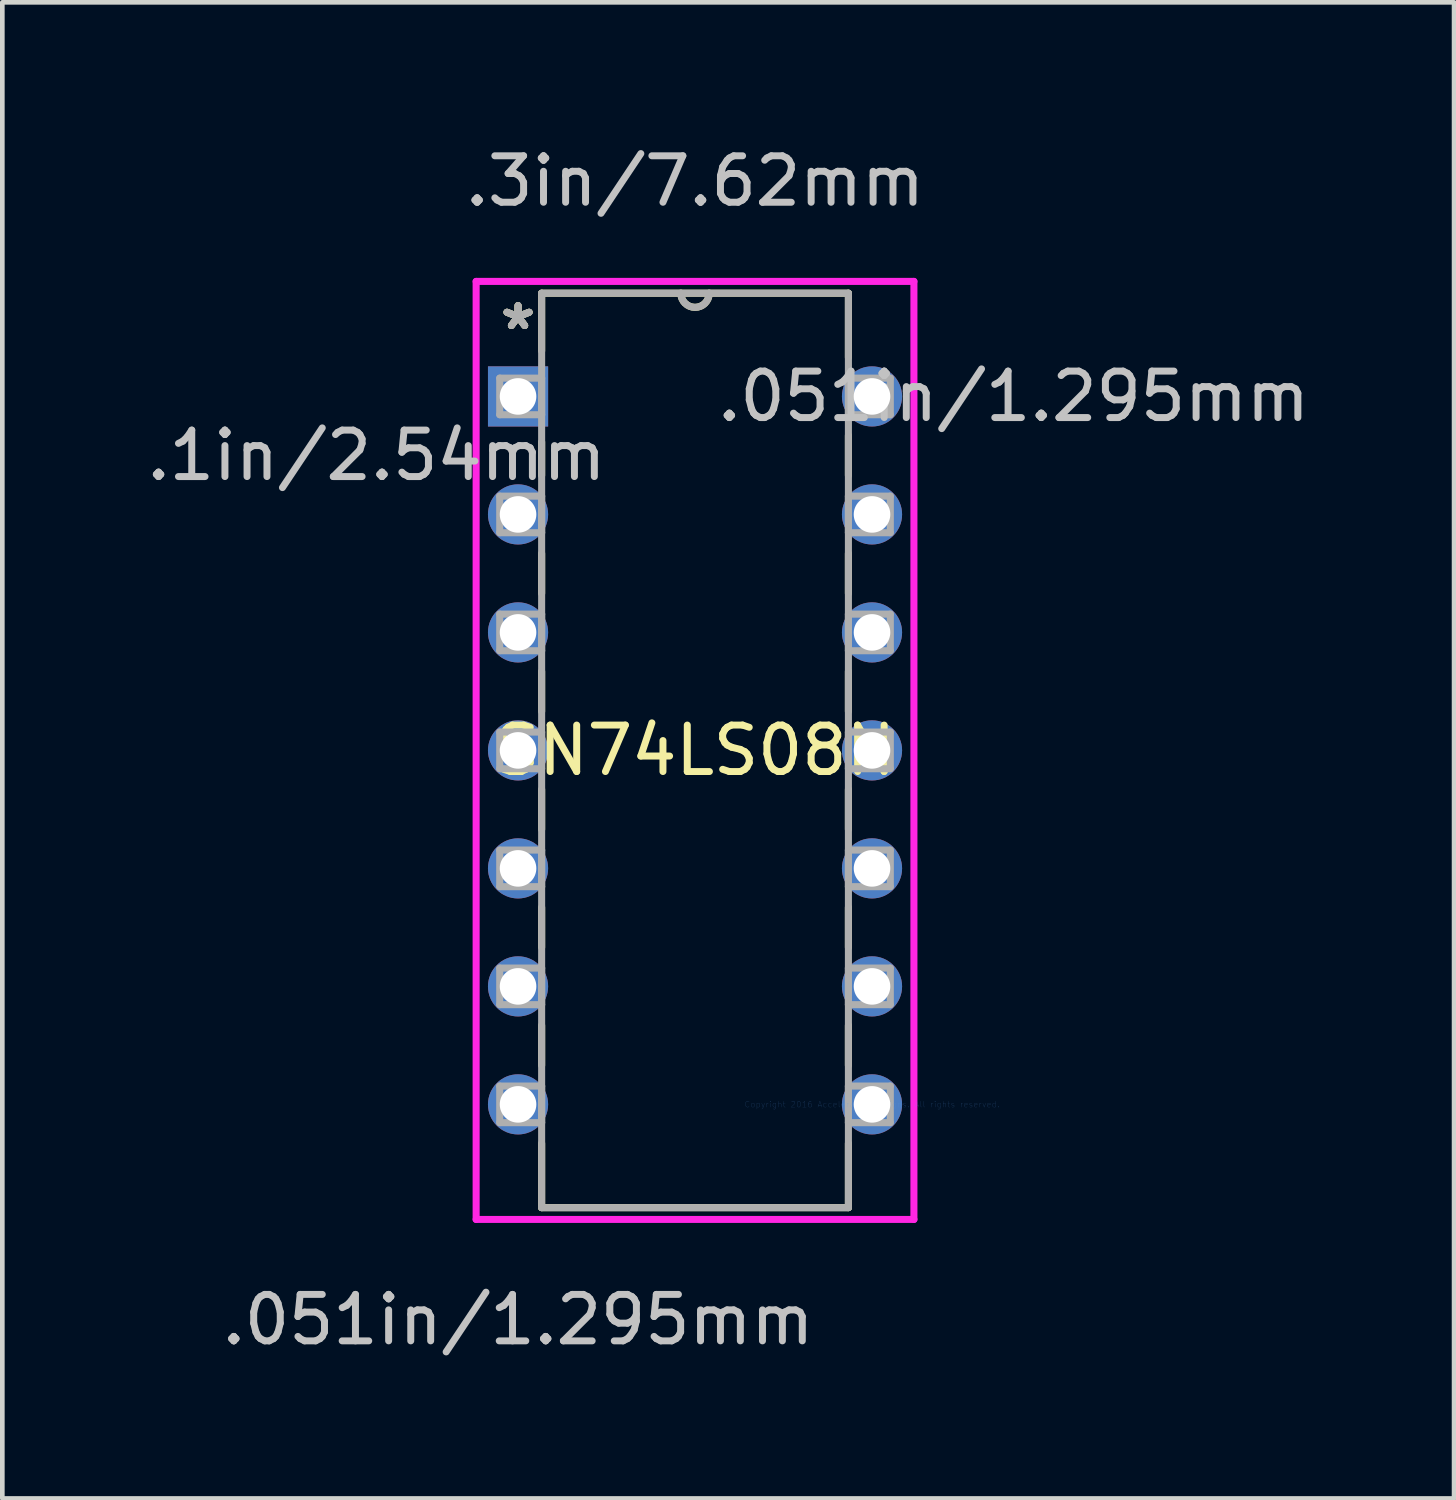
<source format=kicad_pcb>
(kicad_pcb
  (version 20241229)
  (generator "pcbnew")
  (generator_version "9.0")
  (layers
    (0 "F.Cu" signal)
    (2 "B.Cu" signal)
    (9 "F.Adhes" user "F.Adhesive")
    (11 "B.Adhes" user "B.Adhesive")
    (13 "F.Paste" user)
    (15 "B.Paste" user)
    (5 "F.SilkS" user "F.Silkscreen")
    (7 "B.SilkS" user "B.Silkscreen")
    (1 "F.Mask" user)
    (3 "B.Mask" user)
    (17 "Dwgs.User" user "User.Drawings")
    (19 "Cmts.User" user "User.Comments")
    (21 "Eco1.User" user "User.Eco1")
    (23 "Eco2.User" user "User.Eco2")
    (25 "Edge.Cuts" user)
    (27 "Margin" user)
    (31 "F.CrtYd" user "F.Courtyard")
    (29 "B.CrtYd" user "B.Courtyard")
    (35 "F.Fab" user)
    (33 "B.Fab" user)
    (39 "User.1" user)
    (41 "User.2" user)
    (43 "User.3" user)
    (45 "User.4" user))
  (footprint "SN74LS08N"
    (layer "F.Cu")
    (at 15.722 20.724)
    (property "Reference" "SN74LS08N" (at -3.81 -7.62 0) (layer "F.SilkS") (effects (font (size 1 1) (thickness 0.15))))
    (attr through_hole)
    (fp_line (start -7.112 -17.462) (end -7.112 -16.22) (stroke (width 0.152) (type solid)) (layer "F.SilkS"))
    (fp_line (start -7.112 -14.26) (end -7.112 -13.539) (stroke (width 0.152) (type solid)) (layer "F.SilkS"))
    (fp_line (start -7.112 -11.861) (end -7.112 -10.999) (stroke (width 0.152) (type solid)) (layer "F.SilkS"))
    (fp_line (start -7.112 -9.321) (end -7.112 -8.459) (stroke (width 0.152) (type solid)) (layer "F.SilkS"))
    (fp_line (start -7.112 -6.781) (end -7.112 -5.919) (stroke (width 0.152) (type solid)) (layer "F.SilkS"))
    (fp_line (start -7.112 -4.241) (end -7.112 -3.379) (stroke (width 0.152) (type solid)) (layer "F.SilkS"))
    (fp_line (start -7.112 -1.701) (end -7.112 -0.839) (stroke (width 0.152) (type solid)) (layer "F.SilkS"))
    (fp_line (start -7.112 0.839) (end -7.112 2.223) (stroke (width 0.152) (type solid)) (layer "F.SilkS"))
    (fp_line (start -7.112 2.223) (end -0.508 2.223) (stroke (width 0.152) (type solid)) (layer "F.SilkS"))
    (fp_line (start -0.508 -17.462) (end -7.112 -17.462) (stroke (width 0.152) (type solid)) (layer "F.SilkS"))
    (fp_line (start -0.508 -16.079) (end -0.508 -17.462) (stroke (width 0.152) (type solid)) (layer "F.SilkS"))
    (fp_line (start -0.508 -13.539) (end -0.508 -14.401) (stroke (width 0.152) (type solid)) (layer "F.SilkS"))
    (fp_line (start -0.508 -10.999) (end -0.508 -11.861) (stroke (width 0.152) (type solid)) (layer "F.SilkS"))
    (fp_line (start -0.508 -8.459) (end -0.508 -9.321) (stroke (width 0.152) (type solid)) (layer "F.SilkS"))
    (fp_line (start -0.508 -5.919) (end -0.508 -6.781) (stroke (width 0.152) (type solid)) (layer "F.SilkS"))
    (fp_line (start -0.508 -3.379) (end -0.508 -4.241) (stroke (width 0.152) (type solid)) (layer "F.SilkS"))
    (fp_line (start -0.508 -0.839) (end -0.508 -1.701) (stroke (width 0.152) (type solid)) (layer "F.SilkS"))
    (fp_line (start -0.508 2.223) (end -0.508 0.839) (stroke (width 0.152) (type solid)) (layer "F.SilkS"))
    (fp_arc (start -3.5052 -17.4625) (mid -3.81 -17.1577) (end -4.1148 -17.4625) (stroke (width 0.1524) (type solid)) (layer "F.SilkS"))
    (fp_line (start -8.522 -17.716) (end 0.902 -17.716) (stroke (width 0.152) (type solid)) (layer "F.CrtYd"))
    (fp_line (start -8.522 2.477) (end -8.522 -17.716) (stroke (width 0.152) (type solid)) (layer "F.CrtYd"))
    (fp_line (start 0.902 -17.716) (end 0.902 2.477) (stroke (width 0.152) (type solid)) (layer "F.CrtYd"))
    (fp_line (start 0.902 2.477) (end -8.522 2.477) (stroke (width 0.152) (type solid)) (layer "F.CrtYd"))
    (fp_line (start -8.014 -15.634) (end -8.014 -14.846) (stroke (width 0.152) (type solid)) (layer "F.Fab"))
    (fp_line (start -8.014 -14.846) (end -7.112 -14.846) (stroke (width 0.152) (type solid)) (layer "F.Fab"))
    (fp_line (start -8.014 -13.094) (end -8.014 -12.306) (stroke (width 0.152) (type solid)) (layer "F.Fab"))
    (fp_line (start -8.014 -12.306) (end -7.112 -12.306) (stroke (width 0.152) (type solid)) (layer "F.Fab"))
    (fp_line (start -8.014 -10.554) (end -8.014 -9.766) (stroke (width 0.152) (type solid)) (layer "F.Fab"))
    (fp_line (start -8.014 -9.766) (end -7.112 -9.766) (stroke (width 0.152) (type solid)) (layer "F.Fab"))
    (fp_line (start -8.014 -8.014) (end -8.014 -7.226) (stroke (width 0.152) (type solid)) (layer "F.Fab"))
    (fp_line (start -8.014 -7.226) (end -7.112 -7.226) (stroke (width 0.152) (type solid)) (layer "F.Fab"))
    (fp_line (start -8.014 -5.474) (end -8.014 -4.686) (stroke (width 0.152) (type solid)) (layer "F.Fab"))
    (fp_line (start -8.014 -4.686) (end -7.112 -4.686) (stroke (width 0.152) (type solid)) (layer "F.Fab"))
    (fp_line (start -8.014 -2.934) (end -8.014 -2.146) (stroke (width 0.152) (type solid)) (layer "F.Fab"))
    (fp_line (start -8.014 -2.146) (end -7.112 -2.146) (stroke (width 0.152) (type solid)) (layer "F.Fab"))
    (fp_line (start -8.014 -0.394) (end -8.014 0.394) (stroke (width 0.152) (type solid)) (layer "F.Fab"))
    (fp_line (start -8.014 0.394) (end -7.112 0.394) (stroke (width 0.152) (type solid)) (layer "F.Fab"))
    (fp_line (start -7.112 -17.462) (end -7.112 2.223) (stroke (width 0.152) (type solid)) (layer "F.Fab"))
    (fp_line (start -7.112 -15.634) (end -8.014 -15.634) (stroke (width 0.152) (type solid)) (layer "F.Fab"))
    (fp_line (start -7.112 -14.846) (end -7.112 -15.634) (stroke (width 0.152) (type solid)) (layer "F.Fab"))
    (fp_line (start -7.112 -13.094) (end -8.014 -13.094) (stroke (width 0.152) (type solid)) (layer "F.Fab"))
    (fp_line (start -7.112 -12.306) (end -7.112 -13.094) (stroke (width 0.152) (type solid)) (layer "F.Fab"))
    (fp_line (start -7.112 -10.554) (end -8.014 -10.554) (stroke (width 0.152) (type solid)) (layer "F.Fab"))
    (fp_line (start -7.112 -9.766) (end -7.112 -10.554) (stroke (width 0.152) (type solid)) (layer "F.Fab"))
    (fp_line (start -7.112 -8.014) (end -8.014 -8.014) (stroke (width 0.152) (type solid)) (layer "F.Fab"))
    (fp_line (start -7.112 -7.226) (end -7.112 -8.014) (stroke (width 0.152) (type solid)) (layer "F.Fab"))
    (fp_line (start -7.112 -5.474) (end -8.014 -5.474) (stroke (width 0.152) (type solid)) (layer "F.Fab"))
    (fp_line (start -7.112 -4.686) (end -7.112 -5.474) (stroke (width 0.152) (type solid)) (layer "F.Fab"))
    (fp_line (start -7.112 -2.934) (end -8.014 -2.934) (stroke (width 0.152) (type solid)) (layer "F.Fab"))
    (fp_line (start -7.112 -2.146) (end -7.112 -2.934) (stroke (width 0.152) (type solid)) (layer "F.Fab"))
    (fp_line (start -7.112 -0.394) (end -8.014 -0.394) (stroke (width 0.152) (type solid)) (layer "F.Fab"))
    (fp_line (start -7.112 0.394) (end -7.112 -0.394) (stroke (width 0.152) (type solid)) (layer "F.Fab"))
    (fp_line (start -7.112 2.223) (end -0.508 2.223) (stroke (width 0.152) (type solid)) (layer "F.Fab"))
    (fp_line (start -0.508 -17.462) (end -7.112 -17.462) (stroke (width 0.152) (type solid)) (layer "F.Fab"))
    (fp_line (start -0.508 -15.634) (end -0.508 -14.846) (stroke (width 0.152) (type solid)) (layer "F.Fab"))
    (fp_line (start -0.508 -14.846) (end 0.394 -14.846) (stroke (width 0.152) (type solid)) (layer "F.Fab"))
    (fp_line (start -0.508 -13.094) (end -0.508 -12.306) (stroke (width 0.152) (type solid)) (layer "F.Fab"))
    (fp_line (start -0.508 -12.306) (end 0.394 -12.306) (stroke (width 0.152) (type solid)) (layer "F.Fab"))
    (fp_line (start -0.508 -10.554) (end -0.508 -9.766) (stroke (width 0.152) (type solid)) (layer "F.Fab"))
    (fp_line (start -0.508 -9.766) (end 0.394 -9.766) (stroke (width 0.152) (type solid)) (layer "F.Fab"))
    (fp_line (start -0.508 -8.014) (end -0.508 -7.226) (stroke (width 0.152) (type solid)) (layer "F.Fab"))
    (fp_line (start -0.508 -7.226) (end 0.394 -7.226) (stroke (width 0.152) (type solid)) (layer "F.Fab"))
    (fp_line (start -0.508 -5.474) (end -0.508 -4.686) (stroke (width 0.152) (type solid)) (layer "F.Fab"))
    (fp_line (start -0.508 -4.686) (end 0.394 -4.686) (stroke (width 0.152) (type solid)) (layer "F.Fab"))
    (fp_line (start -0.508 -2.934) (end -0.508 -2.146) (stroke (width 0.152) (type solid)) (layer "F.Fab"))
    (fp_line (start -0.508 -2.146) (end 0.394 -2.146) (stroke (width 0.152) (type solid)) (layer "F.Fab"))
    (fp_line (start -0.508 -0.394) (end -0.508 0.394) (stroke (width 0.152) (type solid)) (layer "F.Fab"))
    (fp_line (start -0.508 0.394) (end 0.394 0.394) (stroke (width 0.152) (type solid)) (layer "F.Fab"))
    (fp_line (start -0.508 2.223) (end -0.508 -17.462) (stroke (width 0.152) (type solid)) (layer "F.Fab"))
    (fp_line (start 0.394 -15.634) (end -0.508 -15.634) (stroke (width 0.152) (type solid)) (layer "F.Fab"))
    (fp_line (start 0.394 -14.846) (end 0.394 -15.634) (stroke (width 0.152) (type solid)) (layer "F.Fab"))
    (fp_line (start 0.394 -13.094) (end -0.508 -13.094) (stroke (width 0.152) (type solid)) (layer "F.Fab"))
    (fp_line (start 0.394 -12.306) (end 0.394 -13.094) (stroke (width 0.152) (type solid)) (layer "F.Fab"))
    (fp_line (start 0.394 -10.554) (end -0.508 -10.554) (stroke (width 0.152) (type solid)) (layer "F.Fab"))
    (fp_line (start 0.394 -9.766) (end 0.394 -10.554) (stroke (width 0.152) (type solid)) (layer "F.Fab"))
    (fp_line (start 0.394 -8.014) (end -0.508 -8.014) (stroke (width 0.152) (type solid)) (layer "F.Fab"))
    (fp_line (start 0.394 -7.226) (end 0.394 -8.014) (stroke (width 0.152) (type solid)) (layer "F.Fab"))
    (fp_line (start 0.394 -5.474) (end -0.508 -5.474) (stroke (width 0.152) (type solid)) (layer "F.Fab"))
    (fp_line (start 0.394 -4.686) (end 0.394 -5.474) (stroke (width 0.152) (type solid)) (layer "F.Fab"))
    (fp_line (start 0.394 -2.934) (end -0.508 -2.934) (stroke (width 0.152) (type solid)) (layer "F.Fab"))
    (fp_line (start 0.394 -2.146) (end 0.394 -2.934) (stroke (width 0.152) (type solid)) (layer "F.Fab"))
    (fp_line (start 0.394 -0.394) (end -0.508 -0.394) (stroke (width 0.152) (type solid)) (layer "F.Fab"))
    (fp_line (start 0.394 0.394) (end 0.394 -0.394) (stroke (width 0.152) (type solid)) (layer "F.Fab"))
    (fp_arc (start -3.5052 -17.4625) (mid -3.81 -17.1577) (end -4.1148 -17.4625) (stroke (width 0.1524) (type solid)) (layer "F.Fab"))
    (fp_text user "*" (at -7.62 -16.65 0) (layer "F.SilkS") (effects (font (size 1 1) (thickness 0.15))))
    (fp_text user "*" (at -7.62 -16.65 0) (layer "F.SilkS") (effects (font (size 1 1) (thickness 0.15))))
    (fp_text user ".051in/1.295mm" (at 3.048 -15.24 0) (layer "Dwgs.User") (effects (font (size 1 1) (thickness 0.15))))
    (fp_text user ".3in/7.62mm" (at -3.81 -19.875 0) (layer "Dwgs.User") (effects (font (size 1 1) (thickness 0.15))))
    (fp_text user ".1in/2.54mm" (at -10.668 -13.97 0) (layer "Dwgs.User") (effects (font (size 1 1) (thickness 0.15))))
    (fp_text user ".051in/1.295mm" (at -7.62 4.636 0) (layer "Dwgs.User") (effects (font (size 1 1) (thickness 0.15))))
    (fp_text user "Copyright 2016 Accelerated Designs. All rights reserved." (at 0 0 0) (layer "Cmts.User") (effects (font (size 0.127 0.127) (thickness 0.002))))
    (fp_text user "*" (at -7.62 -16.65 0) (layer "F.Fab") (effects (font (size 1 1) (thickness 0.15))))
    (fp_text user "*" (at -7.62 -16.65 0) (layer "F.Fab") (effects (font (size 1 1) (thickness 0.15))))
    (pad "1" thru_hole rect (at -7.62 -15.24) (size 1.295 1.295) (drill 0.787) (layers "*.Cu" "*.Mask"))
    (pad "2" thru_hole circle (at -7.62 -12.7) (size 1.295 1.295) (drill 0.787) (layers "*.Cu" "*.Mask"))
    (pad "3" thru_hole circle (at -7.62 -10.16) (size 1.295 1.295) (drill 0.787) (layers "*.Cu" "*.Mask"))
    (pad "4" thru_hole circle (at -7.62 -7.62) (size 1.295 1.295) (drill 0.787) (layers "*.Cu" "*.Mask"))
    (pad "5" thru_hole circle (at -7.62 -5.08) (size 1.295 1.295) (drill 0.787) (layers "*.Cu" "*.Mask"))
    (pad "6" thru_hole circle (at -7.62 -2.54) (size 1.295 1.295) (drill 0.787) (layers "*.Cu" "*.Mask"))
    (pad "7" thru_hole circle (at -7.62 0) (size 1.295 1.295) (drill 0.787) (layers "*.Cu" "*.Mask"))
    (pad "8" thru_hole circle (at 0 0) (size 1.295 1.295) (drill 0.787) (layers "*.Cu" "*.Mask"))
    (pad "9" thru_hole circle (at 0 -2.54) (size 1.295 1.295) (drill 0.787) (layers "*.Cu" "*.Mask"))
    (pad "10" thru_hole circle (at 0 -5.08) (size 1.295 1.295) (drill 0.787) (layers "*.Cu" "*.Mask"))
    (pad "11" thru_hole circle (at 0 -7.62) (size 1.295 1.295) (drill 0.787) (layers "*.Cu" "*.Mask"))
    (pad "12" thru_hole circle (at 0 -10.16) (size 1.295 1.295) (drill 0.787) (layers "*.Cu" "*.Mask"))
    (pad "13" thru_hole circle (at 0 -12.7) (size 1.295 1.295) (drill 0.787) (layers "*.Cu" "*.Mask"))
    (pad "14" thru_hole circle (at 0 -15.24) (size 1.295 1.295) (drill 0.787) (layers "*.Cu" "*.Mask")))
  (gr_rect
    (start -3 -3)
    (end 28.252 29.207)
    (stroke (width 0.1) (type default))
    (fill no)
    (layer "Edge.Cuts")))
</source>
